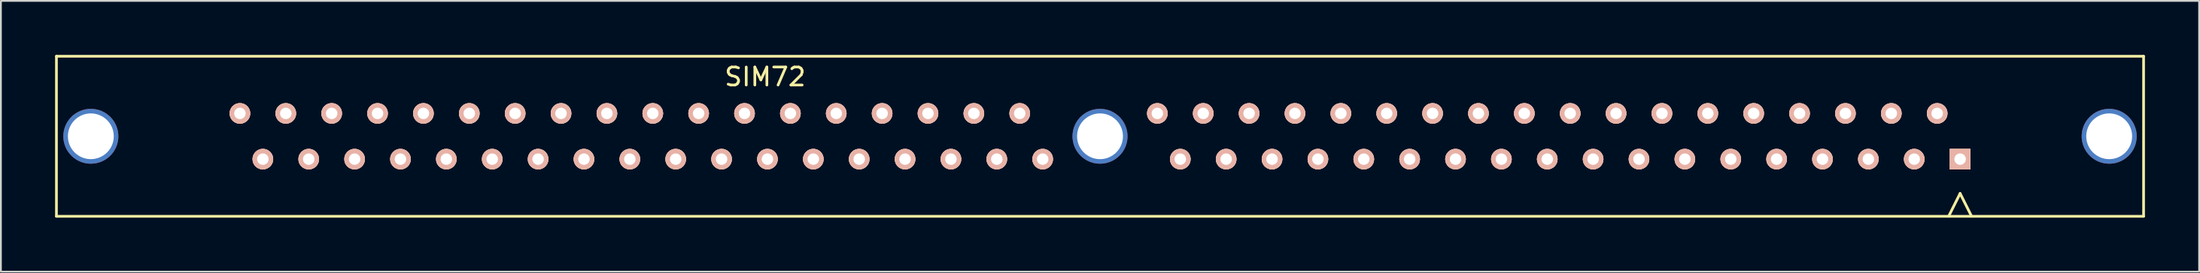
<source format=kicad_pcb>
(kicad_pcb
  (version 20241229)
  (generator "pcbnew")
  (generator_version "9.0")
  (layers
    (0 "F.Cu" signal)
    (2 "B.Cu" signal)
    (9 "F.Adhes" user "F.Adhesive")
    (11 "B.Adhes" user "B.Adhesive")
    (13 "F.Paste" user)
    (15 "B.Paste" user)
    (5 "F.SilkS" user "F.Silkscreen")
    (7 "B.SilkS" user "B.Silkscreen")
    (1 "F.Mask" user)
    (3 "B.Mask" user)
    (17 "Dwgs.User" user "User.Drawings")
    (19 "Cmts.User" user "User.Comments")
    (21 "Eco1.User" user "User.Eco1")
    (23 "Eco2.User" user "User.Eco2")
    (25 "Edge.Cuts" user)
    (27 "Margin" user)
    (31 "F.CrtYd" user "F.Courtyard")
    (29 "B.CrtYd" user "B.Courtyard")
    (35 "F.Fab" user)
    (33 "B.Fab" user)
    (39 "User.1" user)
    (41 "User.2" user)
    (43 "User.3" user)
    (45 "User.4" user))
  (footprint "SIM72"
    (layer "F.Cu")
    (at 57.86 4.52)
    (property "Reference" "SIM72" (at -18.542 -3.302 0) (layer "F.SilkS") (effects (font (size 1 1) (thickness 0.15))))
    (attr through_hole)
    (fp_line (start -57.785 -4.445) (end -57.785 4.445) (stroke (width 0.15) (type solid)) (layer "F.SilkS"))
    (fp_line (start -57.785 4.445) (end 57.785 4.445) (stroke (width 0.15) (type solid)) (layer "F.SilkS"))
    (fp_line (start 46.99 4.445) (end 47.625 3.175) (stroke (width 0.15) (type solid)) (layer "F.SilkS"))
    (fp_line (start 47.625 3.175) (end 48.26 4.445) (stroke (width 0.15) (type solid)) (layer "F.SilkS"))
    (fp_line (start 57.785 -4.445) (end -57.785 -4.445) (stroke (width 0.15) (type solid)) (layer "F.SilkS"))
    (fp_line (start 57.785 4.445) (end 57.785 -4.445) (stroke (width 0.15) (type solid)) (layer "F.SilkS"))
    (pad "" thru_hole circle (at -55.88 0) (size 3.048 3.048) (drill 2.54) (layers "*.Cu" "*.Mask"))
    (pad "" thru_hole circle (at 0 0) (size 3.048 3.048) (drill 2.54) (layers "*.Cu" "*.Mask"))
    (pad "" thru_hole circle (at 55.88 0) (size 3.048 3.048) (drill 2.54) (layers "*.Cu" "*.Mask"))
    (pad "1" thru_hole rect (at 47.625 1.27) (size 1.143 1.143) (drill 0.635) (layers "*.Cu" "*.SilkS" "*.Mask"))
    (pad "2" thru_hole circle (at 46.355 -1.27) (size 1.143 1.143) (drill 0.635) (layers "*.Cu" "*.SilkS" "*.Mask"))
    (pad "3" thru_hole circle (at 45.085 1.27) (size 1.143 1.143) (drill 0.635) (layers "*.Cu" "*.SilkS" "*.Mask"))
    (pad "4" thru_hole circle (at 43.815 -1.27) (size 1.143 1.143) (drill 0.635) (layers "*.Cu" "*.SilkS" "*.Mask"))
    (pad "5" thru_hole circle (at 42.545 1.27) (size 1.143 1.143) (drill 0.635) (layers "*.Cu" "*.SilkS" "*.Mask"))
    (pad "6" thru_hole circle (at 41.275 -1.27) (size 1.143 1.143) (drill 0.635) (layers "*.Cu" "*.SilkS" "*.Mask"))
    (pad "7" thru_hole circle (at 40.005 1.27) (size 1.143 1.143) (drill 0.635) (layers "*.Cu" "*.SilkS" "*.Mask"))
    (pad "8" thru_hole circle (at 38.735 -1.27) (size 1.143 1.143) (drill 0.635) (layers "*.Cu" "*.SilkS" "*.Mask"))
    (pad "9" thru_hole circle (at 37.465 1.27) (size 1.143 1.143) (drill 0.635) (layers "*.Cu" "*.SilkS" "*.Mask"))
    (pad "10" thru_hole circle (at 36.195 -1.27) (size 1.143 1.143) (drill 0.635) (layers "*.Cu" "*.SilkS" "*.Mask"))
    (pad "11" thru_hole circle (at 34.925 1.27) (size 1.143 1.143) (drill 0.635) (layers "*.Cu" "*.SilkS" "*.Mask"))
    (pad "12" thru_hole circle (at 33.655 -1.27) (size 1.143 1.143) (drill 0.635) (layers "*.Cu" "*.SilkS" "*.Mask"))
    (pad "13" thru_hole circle (at 32.385 1.27) (size 1.143 1.143) (drill 0.635) (layers "*.Cu" "*.SilkS" "*.Mask"))
    (pad "14" thru_hole circle (at 31.115 -1.27) (size 1.143 1.143) (drill 0.635) (layers "*.Cu" "*.SilkS" "*.Mask"))
    (pad "15" thru_hole circle (at 29.845 1.27) (size 1.143 1.143) (drill 0.635) (layers "*.Cu" "*.SilkS" "*.Mask"))
    (pad "16" thru_hole circle (at 28.575 -1.27) (size 1.143 1.143) (drill 0.635) (layers "*.Cu" "*.SilkS" "*.Mask"))
    (pad "17" thru_hole circle (at 27.305 1.27) (size 1.143 1.143) (drill 0.635) (layers "*.Cu" "*.SilkS" "*.Mask"))
    (pad "18" thru_hole circle (at 26.035 -1.27) (size 1.143 1.143) (drill 0.635) (layers "*.Cu" "*.SilkS" "*.Mask"))
    (pad "19" thru_hole circle (at 24.765 1.27) (size 1.143 1.143) (drill 0.635) (layers "*.Cu" "*.SilkS" "*.Mask"))
    (pad "20" thru_hole circle (at 23.495 -1.27) (size 1.143 1.143) (drill 0.635) (layers "*.Cu" "*.SilkS" "*.Mask"))
    (pad "21" thru_hole circle (at 22.225 1.27) (size 1.143 1.143) (drill 0.635) (layers "*.Cu" "*.SilkS" "*.Mask"))
    (pad "22" thru_hole circle (at 20.955 -1.27) (size 1.143 1.143) (drill 0.635) (layers "*.Cu" "*.SilkS" "*.Mask"))
    (pad "23" thru_hole circle (at 19.685 1.27) (size 1.143 1.143) (drill 0.635) (layers "*.Cu" "*.SilkS" "*.Mask"))
    (pad "24" thru_hole circle (at 18.415 -1.27) (size 1.143 1.143) (drill 0.635) (layers "*.Cu" "*.SilkS" "*.Mask"))
    (pad "25" thru_hole circle (at 17.145 1.27) (size 1.143 1.143) (drill 0.635) (layers "*.Cu" "*.SilkS" "*.Mask"))
    (pad "26" thru_hole circle (at 15.875 -1.27) (size 1.143 1.143) (drill 0.635) (layers "*.Cu" "*.SilkS" "*.Mask"))
    (pad "27" thru_hole circle (at 14.605 1.27) (size 1.143 1.143) (drill 0.635) (layers "*.Cu" "*.SilkS" "*.Mask"))
    (pad "28" thru_hole circle (at 13.335 -1.27) (size 1.143 1.143) (drill 0.635) (layers "*.Cu" "*.SilkS" "*.Mask"))
    (pad "29" thru_hole circle (at 12.065 1.27) (size 1.143 1.143) (drill 0.635) (layers "*.Cu" "*.SilkS" "*.Mask"))
    (pad "30" thru_hole circle (at 10.795 -1.27) (size 1.143 1.143) (drill 0.635) (layers "*.Cu" "*.SilkS" "*.Mask"))
    (pad "31" thru_hole circle (at 9.525 1.27) (size 1.143 1.143) (drill 0.635) (layers "*.Cu" "*.SilkS" "*.Mask"))
    (pad "32" thru_hole circle (at 8.255 -1.27) (size 1.143 1.143) (drill 0.635) (layers "*.Cu" "*.SilkS" "*.Mask"))
    (pad "33" thru_hole circle (at 6.985 1.27) (size 1.143 1.143) (drill 0.635) (layers "*.Cu" "*.SilkS" "*.Mask"))
    (pad "34" thru_hole circle (at 5.715 -1.27) (size 1.143 1.143) (drill 0.635) (layers "*.Cu" "*.SilkS" "*.Mask"))
    (pad "35" thru_hole circle (at 4.445 1.27) (size 1.143 1.143) (drill 0.635) (layers "*.Cu" "*.SilkS" "*.Mask"))
    (pad "36" thru_hole circle (at 3.175 -1.27) (size 1.143 1.143) (drill 0.635) (layers "*.Cu" "*.SilkS" "*.Mask"))
    (pad "37" thru_hole circle (at -3.175 1.27) (size 1.143 1.143) (drill 0.635) (layers "*.Cu" "*.SilkS" "*.Mask"))
    (pad "38" thru_hole circle (at -4.445 -1.27) (size 1.143 1.143) (drill 0.635) (layers "*.Cu" "*.SilkS" "*.Mask"))
    (pad "39" thru_hole circle (at -5.715 1.27) (size 1.143 1.143) (drill 0.635) (layers "*.Cu" "*.SilkS" "*.Mask"))
    (pad "40" thru_hole circle (at -6.985 -1.27) (size 1.143 1.143) (drill 0.635) (layers "*.Cu" "*.SilkS" "*.Mask"))
    (pad "41" thru_hole circle (at -8.255 1.27) (size 1.143 1.143) (drill 0.635) (layers "*.Cu" "*.SilkS" "*.Mask"))
    (pad "42" thru_hole circle (at -9.525 -1.27) (size 1.143 1.143) (drill 0.635) (layers "*.Cu" "*.SilkS" "*.Mask"))
    (pad "43" thru_hole circle (at -10.795 1.27) (size 1.143 1.143) (drill 0.635) (layers "*.Cu" "*.SilkS" "*.Mask"))
    (pad "44" thru_hole circle (at -12.065 -1.27) (size 1.143 1.143) (drill 0.635) (layers "*.Cu" "*.SilkS" "*.Mask"))
    (pad "45" thru_hole circle (at -13.335 1.27) (size 1.143 1.143) (drill 0.635) (layers "*.Cu" "*.SilkS" "*.Mask"))
    (pad "46" thru_hole circle (at -14.605 -1.27) (size 1.143 1.143) (drill 0.635) (layers "*.Cu" "*.SilkS" "*.Mask"))
    (pad "47" thru_hole circle (at -15.875 1.27) (size 1.143 1.143) (drill 0.635) (layers "*.Cu" "*.SilkS" "*.Mask"))
    (pad "48" thru_hole circle (at -17.145 -1.27) (size 1.143 1.143) (drill 0.635) (layers "*.Cu" "*.SilkS" "*.Mask"))
    (pad "49" thru_hole circle (at -18.415 1.27) (size 1.143 1.143) (drill 0.635) (layers "*.Cu" "*.SilkS" "*.Mask"))
    (pad "50" thru_hole circle (at -19.685 -1.27) (size 1.143 1.143) (drill 0.635) (layers "*.Cu" "*.SilkS" "*.Mask"))
    (pad "51" thru_hole circle (at -20.955 1.27) (size 1.143 1.143) (drill 0.635) (layers "*.Cu" "*.SilkS" "*.Mask"))
    (pad "52" thru_hole circle (at -22.225 -1.27) (size 1.143 1.143) (drill 0.635) (layers "*.Cu" "*.SilkS" "*.Mask"))
    (pad "53" thru_hole circle (at -23.495 1.27) (size 1.143 1.143) (drill 0.635) (layers "*.Cu" "*.SilkS" "*.Mask"))
    (pad "54" thru_hole circle (at -24.765 -1.27) (size 1.143 1.143) (drill 0.635) (layers "*.Cu" "*.SilkS" "*.Mask"))
    (pad "55" thru_hole circle (at -26.035 1.27) (size 1.143 1.143) (drill 0.635) (layers "*.Cu" "*.SilkS" "*.Mask"))
    (pad "56" thru_hole circle (at -27.305 -1.27) (size 1.143 1.143) (drill 0.635) (layers "*.Cu" "*.SilkS" "*.Mask"))
    (pad "57" thru_hole circle (at -28.575 1.27) (size 1.143 1.143) (drill 0.635) (layers "*.Cu" "*.SilkS" "*.Mask"))
    (pad "58" thru_hole circle (at -29.845 -1.27) (size 1.143 1.143) (drill 0.635) (layers "*.Cu" "*.SilkS" "*.Mask"))
    (pad "59" thru_hole circle (at -31.115 1.27) (size 1.143 1.143) (drill 0.635) (layers "*.Cu" "*.SilkS" "*.Mask"))
    (pad "60" thru_hole circle (at -32.385 -1.27) (size 1.143 1.143) (drill 0.635) (layers "*.Cu" "*.SilkS" "*.Mask"))
    (pad "61" thru_hole circle (at -33.655 1.27) (size 1.143 1.143) (drill 0.635) (layers "*.Cu" "*.SilkS" "*.Mask"))
    (pad "62" thru_hole circle (at -34.925 -1.27) (size 1.143 1.143) (drill 0.635) (layers "*.Cu" "*.SilkS" "*.Mask"))
    (pad "63" thru_hole circle (at -36.195 1.27) (size 1.143 1.143) (drill 0.635) (layers "*.Cu" "*.SilkS" "*.Mask"))
    (pad "64" thru_hole circle (at -37.465 -1.27) (size 1.143 1.143) (drill 0.635) (layers "*.Cu" "*.SilkS" "*.Mask"))
    (pad "65" thru_hole circle (at -38.735 1.27) (size 1.143 1.143) (drill 0.635) (layers "*.Cu" "*.SilkS" "*.Mask"))
    (pad "66" thru_hole circle (at -40.005 -1.27) (size 1.143 1.143) (drill 0.635) (layers "*.Cu" "*.SilkS" "*.Mask"))
    (pad "67" thru_hole circle (at -41.275 1.27) (size 1.143 1.143) (drill 0.635) (layers "*.Cu" "*.SilkS" "*.Mask"))
    (pad "68" thru_hole circle (at -42.545 -1.27) (size 1.143 1.143) (drill 0.635) (layers "*.Cu" "*.SilkS" "*.Mask"))
    (pad "69" thru_hole circle (at -43.815 1.27) (size 1.143 1.143) (drill 0.635) (layers "*.Cu" "*.SilkS" "*.Mask"))
    (pad "70" thru_hole circle (at -45.085 -1.27) (size 1.143 1.143) (drill 0.635) (layers "*.Cu" "*.SilkS" "*.Mask"))
    (pad "71" thru_hole circle (at -46.355 1.27) (size 1.143 1.143) (drill 0.635) (layers "*.Cu" "*.SilkS" "*.Mask"))
    (pad "72" thru_hole circle (at -47.625 -1.27) (size 1.143 1.143) (drill 0.635) (layers "*.Cu" "*.SilkS" "*.Mask")))
  (gr_rect
    (start -3 -3)
    (end 118.72 12.04)
    (stroke (width 0.1) (type default))
    (fill no)
    (layer "Edge.Cuts")))
</source>
